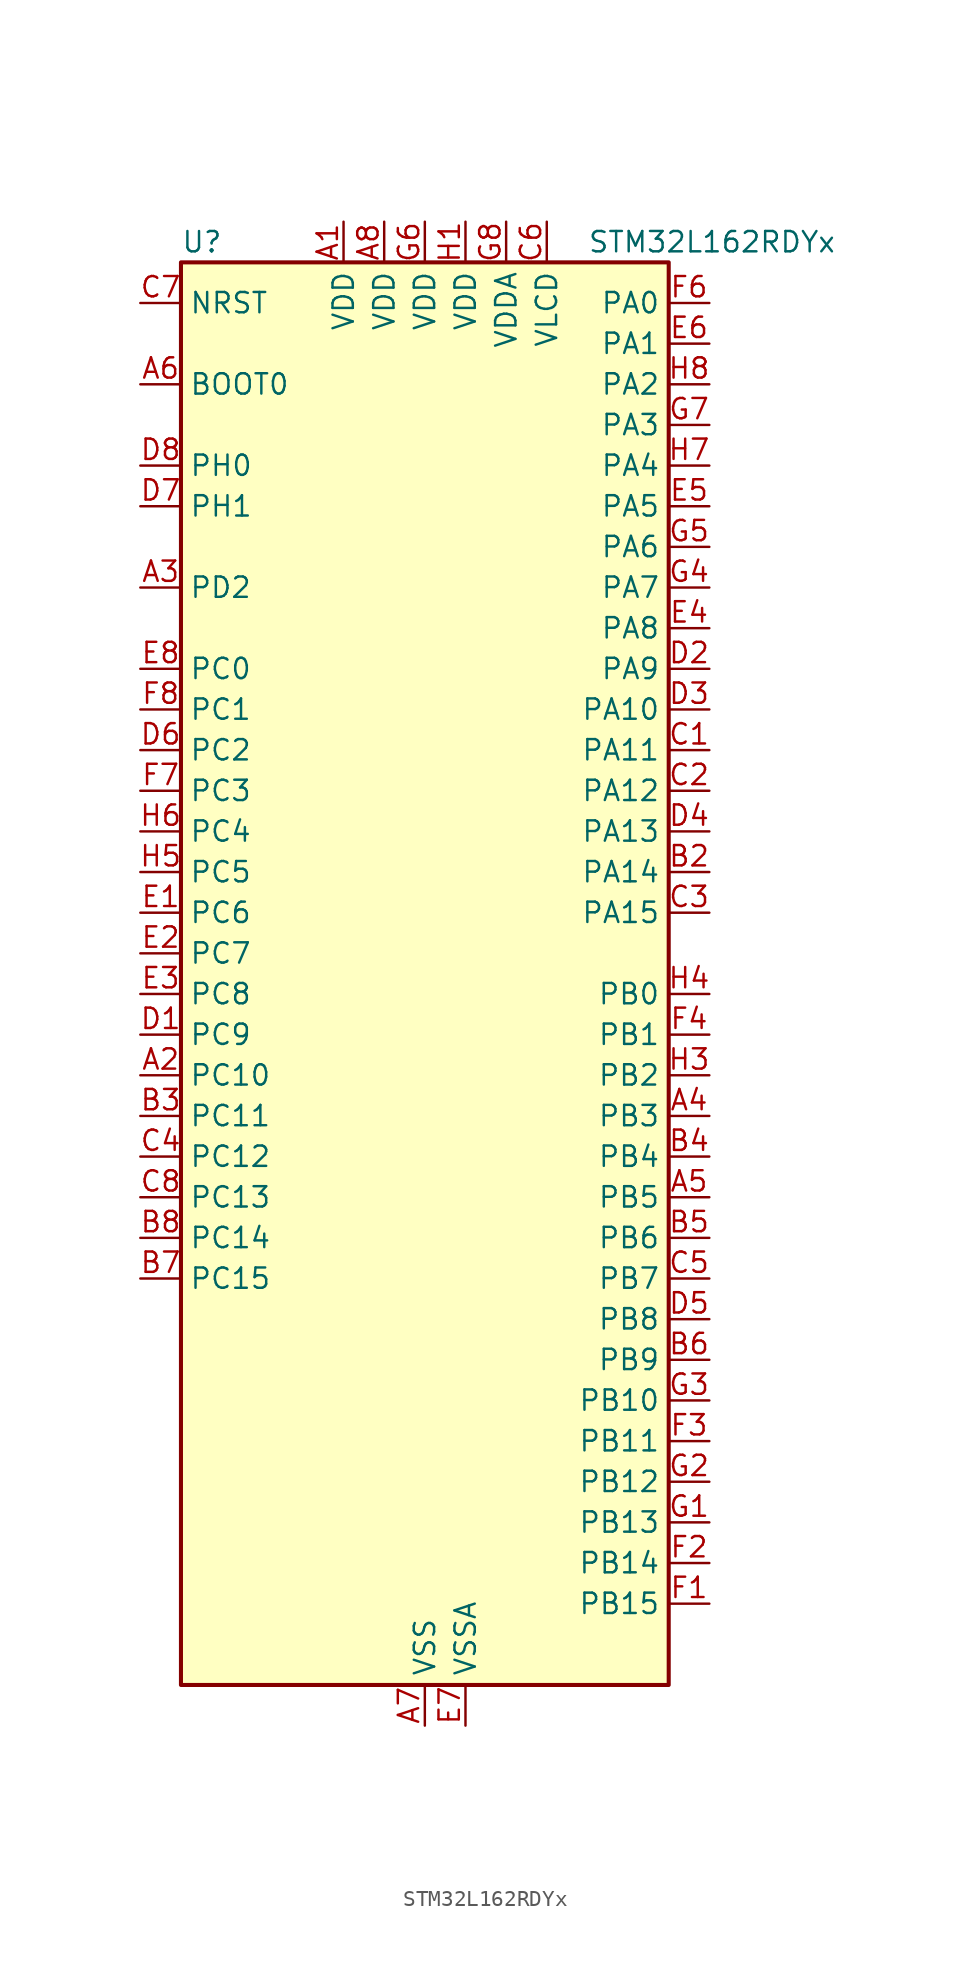
<source format=kicad_sym>
(kicad_symbol_lib
  (version 20220914)
  (generator kicad_symbol_editor)
  (symbol "STM32L162RDYx"
    (property "Reference" "U"
      (at -15.24 46.99 0)
      (effects (font (size 1.27 1.27)) (justify left)))
    (property "Value" "STM32L162RDYx"
      (at 10.16 46.99 0)
      (effects (font (size 1.27 1.27)) (justify left)))
    (property "ki_locked" ""
      (at 0 0 0)
      (effects (font (size 1.27 1.27))))
    (symbol "STM32L162RDYx_0_1"
      (rectangle (start -15.24 -43.18) (end 15.24 45.72) (stroke (width 0.254) (type default)) (fill (type background))))
    (symbol "STM32L162RDYx_1_1"
      (pin power_in line (at -5.08 48.26 270) (length 2.54) (name "VDD" (effects (font (size 1.27 1.27)))) (number "A1" (effects (font (size 1.27 1.27)))))
      (pin bidirectional line (at -17.78 -5.08 0) (length 2.54) (name "PC10" (effects (font (size 1.27 1.27)))) (number "A2" (effects (font (size 1.27 1.27)))) (alternate "I2S3_CK" bidirectional line) (alternate "LCD_COM4" bidirectional line) (alternate "LCD_SEG28" bidirectional line) (alternate "LCD_SEG40" bidirectional line) (alternate "SDIO_D2" bidirectional line) (alternate "SPI3_SCK" bidirectional line) (alternate "TIMX_IC3" bidirectional line) (alternate "UART4_TX" bidirectional line) (alternate "USART3_TX" bidirectional line))
      (pin bidirectional line (at -17.78 25.4 0) (length 2.54) (name "PD2" (effects (font (size 1.27 1.27)))) (number "A3" (effects (font (size 1.27 1.27)))) (alternate "LCD_COM7" bidirectional line) (alternate "LCD_SEG31" bidirectional line) (alternate "LCD_SEG43" bidirectional line) (alternate "SDIO_CMD" bidirectional line) (alternate "TIM3_ETR" bidirectional line) (alternate "TIMX_IC3" bidirectional line) (alternate "UART5_RX" bidirectional line))
      (pin bidirectional line (at 17.78 -7.62 180) (length 2.54) (name "PB3" (effects (font (size 1.27 1.27)))) (number "A4" (effects (font (size 1.27 1.27)))) (alternate "COMP2_INM" bidirectional line) (alternate "I2S3_CK" bidirectional line) (alternate "LCD_SEG7" bidirectional line) (alternate "SPI1_SCK" bidirectional line) (alternate "SPI3_SCK" bidirectional line) (alternate "SYS_JTDO-TRACESWO" bidirectional line) (alternate "TIM2_CH2" bidirectional line))
      (pin bidirectional line (at 17.78 -12.7 180) (length 2.54) (name "PB5" (effects (font (size 1.27 1.27)))) (number "A5" (effects (font (size 1.27 1.27)))) (alternate "COMP2_INP" bidirectional line) (alternate "I2C1_SMBA" bidirectional line) (alternate "I2S3_SD" bidirectional line) (alternate "LCD_SEG9" bidirectional line) (alternate "SPI1_MOSI" bidirectional line) (alternate "SPI3_MOSI" bidirectional line) (alternate "TIM3_CH2" bidirectional line) (alternate "TS_G6_IO2" bidirectional line))
      (pin input line (at -17.78 38.1 0) (length 2.54) (name "BOOT0" (effects (font (size 1.27 1.27)))) (number "A6" (effects (font (size 1.27 1.27)))))
      (pin power_in line (at 0 -45.72 90) (length 2.54) (name "VSS" (effects (font (size 1.27 1.27)))) (number "A7" (effects (font (size 1.27 1.27)))))
      (pin power_in line (at -2.54 48.26 270) (length 2.54) (name "VDD" (effects (font (size 1.27 1.27)))) (number "A8" (effects (font (size 1.27 1.27)))))
      (pin passive line (at 0 -45.72 90) (length 2.54) hide (name "VSS" (effects (font (size 1.27 1.27)))) (number "B1" (effects (font (size 1.27 1.27)))))
      (pin bidirectional line (at 17.78 7.62 180) (length 2.54) (name "PA14" (effects (font (size 1.27 1.27)))) (number "B2" (effects (font (size 1.27 1.27)))) (alternate "SYS_JTCK-SWCLK" bidirectional line) (alternate "TIMX_IC3" bidirectional line) (alternate "TS_G5_IO2" bidirectional line))
      (pin bidirectional line (at -17.78 -7.62 0) (length 2.54) (name "PC11" (effects (font (size 1.27 1.27)))) (number "B3" (effects (font (size 1.27 1.27)))) (alternate "ADC_EXTI11" bidirectional line) (alternate "LCD_COM5" bidirectional line) (alternate "LCD_SEG29" bidirectional line) (alternate "LCD_SEG41" bidirectional line) (alternate "SDIO_D3" bidirectional line) (alternate "SPI3_MISO" bidirectional line) (alternate "TIMX_IC4" bidirectional line) (alternate "UART4_RX" bidirectional line) (alternate "USART3_RX" bidirectional line))
      (pin bidirectional line (at 17.78 -10.16 180) (length 2.54) (name "PB4" (effects (font (size 1.27 1.27)))) (number "B4" (effects (font (size 1.27 1.27)))) (alternate "COMP2_INP" bidirectional line) (alternate "LCD_SEG8" bidirectional line) (alternate "SPI1_MISO" bidirectional line) (alternate "SPI3_MISO" bidirectional line) (alternate "SYS_JTRST" bidirectional line) (alternate "TIM3_CH1" bidirectional line) (alternate "TS_G6_IO1" bidirectional line))
      (pin bidirectional line (at 17.78 -15.24 180) (length 2.54) (name "PB6" (effects (font (size 1.27 1.27)))) (number "B5" (effects (font (size 1.27 1.27)))) (alternate "COMP2_INP" bidirectional line) (alternate "I2C1_SCL" bidirectional line) (alternate "TIM4_CH1" bidirectional line) (alternate "TS_G6_IO3" bidirectional line) (alternate "USART1_TX" bidirectional line))
      (pin bidirectional line (at 17.78 -22.86 180) (length 2.54) (name "PB9" (effects (font (size 1.27 1.27)))) (number "B6" (effects (font (size 1.27 1.27)))) (alternate "DAC_EXTI9" bidirectional line) (alternate "I2C1_SDA" bidirectional line) (alternate "LCD_COM3" bidirectional line) (alternate "SDIO_D5" bidirectional line) (alternate "TIM11_CH1" bidirectional line) (alternate "TIM4_CH4" bidirectional line))
      (pin bidirectional line (at -17.78 -17.78 0) (length 2.54) (name "PC15" (effects (font (size 1.27 1.27)))) (number "B7" (effects (font (size 1.27 1.27)))) (alternate "ADC_EXTI15" bidirectional line) (alternate "RCC_OSC32_OUT" bidirectional line) (alternate "TIMX_IC4" bidirectional line))
      (pin bidirectional line (at -17.78 -15.24 0) (length 2.54) (name "PC14" (effects (font (size 1.27 1.27)))) (number "B8" (effects (font (size 1.27 1.27)))) (alternate "RCC_OSC32_IN" bidirectional line) (alternate "TIMX_IC3" bidirectional line))
      (pin bidirectional line (at 17.78 15.24 180) (length 2.54) (name "PA11" (effects (font (size 1.27 1.27)))) (number "C1" (effects (font (size 1.27 1.27)))) (alternate "ADC_EXTI11" bidirectional line) (alternate "SPI1_MISO" bidirectional line) (alternate "TIMX_IC4" bidirectional line) (alternate "USART1_CTS" bidirectional line) (alternate "USB_DM" bidirectional line))
      (pin bidirectional line (at 17.78 12.7 180) (length 2.54) (name "PA12" (effects (font (size 1.27 1.27)))) (number "C2" (effects (font (size 1.27 1.27)))) (alternate "SPI1_MOSI" bidirectional line) (alternate "TIMX_IC1" bidirectional line) (alternate "USART1_RTS" bidirectional line) (alternate "USB_DP" bidirectional line))
      (pin bidirectional line (at 17.78 5.08 180) (length 2.54) (name "PA15" (effects (font (size 1.27 1.27)))) (number "C3" (effects (font (size 1.27 1.27)))) (alternate "ADC_EXTI15" bidirectional line) (alternate "I2S3_WS" bidirectional line) (alternate "LCD_SEG17" bidirectional line) (alternate "SPI1_NSS" bidirectional line) (alternate "SPI3_NSS" bidirectional line) (alternate "SYS_JTDI" bidirectional line) (alternate "TIM2_CH1" bidirectional line) (alternate "TIM2_ETR" bidirectional line) (alternate "TIMX_IC4" bidirectional line) (alternate "TS_G5_IO3" bidirectional line))
      (pin bidirectional line (at -17.78 -10.16 0) (length 2.54) (name "PC12" (effects (font (size 1.27 1.27)))) (number "C4" (effects (font (size 1.27 1.27)))) (alternate "I2S3_SD" bidirectional line) (alternate "LCD_COM6" bidirectional line) (alternate "LCD_SEG30" bidirectional line) (alternate "LCD_SEG42" bidirectional line) (alternate "SDIO_CK" bidirectional line) (alternate "SPI3_MOSI" bidirectional line) (alternate "TIMX_IC1" bidirectional line) (alternate "UART5_TX" bidirectional line) (alternate "USART3_CK" bidirectional line))
      (pin bidirectional line (at 17.78 -17.78 180) (length 2.54) (name "PB7" (effects (font (size 1.27 1.27)))) (number "C5" (effects (font (size 1.27 1.27)))) (alternate "COMP2_INP" bidirectional line) (alternate "I2C1_SDA" bidirectional line) (alternate "SYS_PVD_IN" bidirectional line) (alternate "TIM4_CH2" bidirectional line) (alternate "TS_G6_IO4" bidirectional line) (alternate "USART1_RX" bidirectional line))
      (pin power_in line (at 7.62 48.26 270) (length 2.54) (name "VLCD" (effects (font (size 1.27 1.27)))) (number "C6" (effects (font (size 1.27 1.27)))))
      (pin input line (at -17.78 43.18 0) (length 2.54) (name "NRST" (effects (font (size 1.27 1.27)))) (number "C7" (effects (font (size 1.27 1.27)))))
      (pin bidirectional line (at -17.78 -12.7 0) (length 2.54) (name "PC13" (effects (font (size 1.27 1.27)))) (number "C8" (effects (font (size 1.27 1.27)))) (alternate "RTC_OUT_ALARM" bidirectional line) (alternate "RTC_OUT_CALIB" bidirectional line) (alternate "RTC_TAMP1" bidirectional line) (alternate "RTC_TS" bidirectional line) (alternate "SYS_WKUP2" bidirectional line) (alternate "TIMX_IC2" bidirectional line))
      (pin bidirectional line (at -17.78 -2.54 0) (length 2.54) (name "PC9" (effects (font (size 1.27 1.27)))) (number "D1" (effects (font (size 1.27 1.27)))) (alternate "DAC_EXTI9" bidirectional line) (alternate "LCD_SEG27" bidirectional line) (alternate "SDIO_D1" bidirectional line) (alternate "TIM3_CH4" bidirectional line) (alternate "TIMX_IC2" bidirectional line) (alternate "TS_G10_IO4" bidirectional line))
      (pin bidirectional line (at 17.78 20.32 180) (length 2.54) (name "PA9" (effects (font (size 1.27 1.27)))) (number "D2" (effects (font (size 1.27 1.27)))) (alternate "DAC_EXTI9" bidirectional line) (alternate "LCD_COM1" bidirectional line) (alternate "TIMX_IC2" bidirectional line) (alternate "TS_G4_IO2" bidirectional line) (alternate "USART1_TX" bidirectional line))
      (pin bidirectional line (at 17.78 17.78 180) (length 2.54) (name "PA10" (effects (font (size 1.27 1.27)))) (number "D3" (effects (font (size 1.27 1.27)))) (alternate "LCD_COM2" bidirectional line) (alternate "TIMX_IC3" bidirectional line) (alternate "TS_G4_IO3" bidirectional line) (alternate "USART1_RX" bidirectional line))
      (pin bidirectional line (at 17.78 10.16 180) (length 2.54) (name "PA13" (effects (font (size 1.27 1.27)))) (number "D4" (effects (font (size 1.27 1.27)))) (alternate "SYS_JTMS-SWDIO" bidirectional line) (alternate "TIMX_IC2" bidirectional line) (alternate "TS_G5_IO1" bidirectional line))
      (pin bidirectional line (at 17.78 -20.32 180) (length 2.54) (name "PB8" (effects (font (size 1.27 1.27)))) (number "D5" (effects (font (size 1.27 1.27)))) (alternate "I2C1_SCL" bidirectional line) (alternate "LCD_SEG16" bidirectional line) (alternate "SDIO_D4" bidirectional line) (alternate "TIM10_CH1" bidirectional line) (alternate "TIM4_CH3" bidirectional line))
      (pin bidirectional line (at -17.78 15.24 0) (length 2.54) (name "PC2" (effects (font (size 1.27 1.27)))) (number "D6" (effects (font (size 1.27 1.27)))) (alternate "ADC_IN12" bidirectional line) (alternate "COMP1_INP" bidirectional line) (alternate "LCD_SEG20" bidirectional line) (alternate "OPAMP3_VINM" bidirectional line) (alternate "TIMX_IC3" bidirectional line) (alternate "TS_G8_IO3" bidirectional line))
      (pin bidirectional line (at -17.78 30.48 0) (length 2.54) (name "PH1" (effects (font (size 1.27 1.27)))) (number "D7" (effects (font (size 1.27 1.27)))) (alternate "RCC_OSC_OUT" bidirectional line))
      (pin bidirectional line (at -17.78 33.02 0) (length 2.54) (name "PH0" (effects (font (size 1.27 1.27)))) (number "D8" (effects (font (size 1.27 1.27)))) (alternate "RCC_OSC_IN" bidirectional line))
      (pin bidirectional line (at -17.78 5.08 0) (length 2.54) (name "PC6" (effects (font (size 1.27 1.27)))) (number "E1" (effects (font (size 1.27 1.27)))) (alternate "I2S2_MCK" bidirectional line) (alternate "LCD_SEG24" bidirectional line) (alternate "SDIO_D6" bidirectional line) (alternate "TIM3_CH1" bidirectional line) (alternate "TIMX_IC3" bidirectional line) (alternate "TS_G10_IO1" bidirectional line))
      (pin bidirectional line (at -17.78 2.54 0) (length 2.54) (name "PC7" (effects (font (size 1.27 1.27)))) (number "E2" (effects (font (size 1.27 1.27)))) (alternate "I2S3_MCK" bidirectional line) (alternate "LCD_SEG25" bidirectional line) (alternate "SDIO_D7" bidirectional line) (alternate "TIM3_CH2" bidirectional line) (alternate "TIMX_IC4" bidirectional line) (alternate "TS_G10_IO2" bidirectional line))
      (pin bidirectional line (at -17.78 0 0) (length 2.54) (name "PC8" (effects (font (size 1.27 1.27)))) (number "E3" (effects (font (size 1.27 1.27)))) (alternate "LCD_SEG26" bidirectional line) (alternate "SDIO_D0" bidirectional line) (alternate "TIM3_CH3" bidirectional line) (alternate "TIMX_IC1" bidirectional line) (alternate "TS_G10_IO3" bidirectional line))
      (pin bidirectional line (at 17.78 22.86 180) (length 2.54) (name "PA8" (effects (font (size 1.27 1.27)))) (number "E4" (effects (font (size 1.27 1.27)))) (alternate "LCD_COM0" bidirectional line) (alternate "RCC_MCO" bidirectional line) (alternate "TIMX_IC1" bidirectional line) (alternate "TS_G4_IO1" bidirectional line) (alternate "USART1_CK" bidirectional line))
      (pin bidirectional line (at 17.78 30.48 180) (length 2.54) (name "PA5" (effects (font (size 1.27 1.27)))) (number "E5" (effects (font (size 1.27 1.27)))) (alternate "ADC_IN5" bidirectional line) (alternate "COMP1_INP" bidirectional line) (alternate "DAC_OUT2" bidirectional line) (alternate "SPI1_SCK" bidirectional line) (alternate "TIM2_CH1" bidirectional line) (alternate "TIM2_ETR" bidirectional line) (alternate "TIMX_IC2" bidirectional line))
      (pin bidirectional line (at 17.78 40.64 180) (length 2.54) (name "PA1" (effects (font (size 1.27 1.27)))) (number "E6" (effects (font (size 1.27 1.27)))) (alternate "ADC_IN1" bidirectional line) (alternate "COMP1_INP" bidirectional line) (alternate "LCD_SEG0" bidirectional line) (alternate "OPAMP1_VINP" bidirectional line) (alternate "TIM2_CH2" bidirectional line) (alternate "TIM5_CH2" bidirectional line) (alternate "TIMX_IC2" bidirectional line) (alternate "TS_G1_IO2" bidirectional line) (alternate "USART2_RTS" bidirectional line))
      (pin power_in line (at 2.54 -45.72 90) (length 2.54) (name "VSSA" (effects (font (size 1.27 1.27)))) (number "E7" (effects (font (size 1.27 1.27)))))
      (pin bidirectional line (at -17.78 20.32 0) (length 2.54) (name "PC0" (effects (font (size 1.27 1.27)))) (number "E8" (effects (font (size 1.27 1.27)))) (alternate "ADC_IN10" bidirectional line) (alternate "COMP1_INP" bidirectional line) (alternate "LCD_SEG18" bidirectional line) (alternate "TIMX_IC1" bidirectional line) (alternate "TS_G8_IO1" bidirectional line))
      (pin bidirectional line (at 17.78 -38.1 180) (length 2.54) (name "PB15" (effects (font (size 1.27 1.27)))) (number "F1" (effects (font (size 1.27 1.27)))) (alternate "ADC_EXTI15" bidirectional line) (alternate "ADC_IN21" bidirectional line) (alternate "COMP1_INP" bidirectional line) (alternate "I2S2_SD" bidirectional line) (alternate "LCD_SEG15" bidirectional line) (alternate "RTC_REFIN" bidirectional line) (alternate "SPI2_MOSI" bidirectional line) (alternate "TIM11_CH1" bidirectional line) (alternate "TS_G7_IO4" bidirectional line))
      (pin bidirectional line (at 17.78 -35.56 180) (length 2.54) (name "PB14" (effects (font (size 1.27 1.27)))) (number "F2" (effects (font (size 1.27 1.27)))) (alternate "ADC_IN20" bidirectional line) (alternate "COMP1_INP" bidirectional line) (alternate "LCD_SEG14" bidirectional line) (alternate "SPI2_MISO" bidirectional line) (alternate "TIM9_CH2" bidirectional line) (alternate "TS_G7_IO3" bidirectional line) (alternate "USART3_RTS" bidirectional line))
      (pin bidirectional line (at 17.78 -27.94 180) (length 2.54) (name "PB11" (effects (font (size 1.27 1.27)))) (number "F3" (effects (font (size 1.27 1.27)))) (alternate "ADC_EXTI11" bidirectional line) (alternate "I2C2_SDA" bidirectional line) (alternate "LCD_SEG11" bidirectional line) (alternate "TIM2_CH4" bidirectional line) (alternate "USART3_RX" bidirectional line))
      (pin bidirectional line (at 17.78 -2.54 180) (length 2.54) (name "PB1" (effects (font (size 1.27 1.27)))) (number "F4" (effects (font (size 1.27 1.27)))) (alternate "ADC_IN9" bidirectional line) (alternate "COMP1_INP" bidirectional line) (alternate "LCD_SEG6" bidirectional line) (alternate "SYS_V_REF_OUT" bidirectional line) (alternate "TIM3_CH4" bidirectional line) (alternate "TS_G3_IO2" bidirectional line))
      (pin passive line (at 0 -45.72 90) (length 2.54) hide (name "VSS" (effects (font (size 1.27 1.27)))) (number "F5" (effects (font (size 1.27 1.27)))))
      (pin bidirectional line (at 17.78 43.18 180) (length 2.54) (name "PA0" (effects (font (size 1.27 1.27)))) (number "F6" (effects (font (size 1.27 1.27)))) (alternate "ADC_IN0" bidirectional line) (alternate "COMP1_INP" bidirectional line) (alternate "RTC_TAMP2" bidirectional line) (alternate "SYS_WKUP1" bidirectional line) (alternate "TIM2_CH1" bidirectional line) (alternate "TIM2_ETR" bidirectional line) (alternate "TIM5_CH1" bidirectional line) (alternate "TIMX_IC1" bidirectional line) (alternate "TS_G1_IO1" bidirectional line) (alternate "USART2_CTS" bidirectional line))
      (pin bidirectional line (at -17.78 12.7 0) (length 2.54) (name "PC3" (effects (font (size 1.27 1.27)))) (number "F7" (effects (font (size 1.27 1.27)))) (alternate "ADC_IN13" bidirectional line) (alternate "COMP1_INP" bidirectional line) (alternate "LCD_SEG21" bidirectional line) (alternate "OPAMP3_VOUT" bidirectional line) (alternate "TIMX_IC4" bidirectional line) (alternate "TS_G8_IO4" bidirectional line))
      (pin bidirectional line (at -17.78 17.78 0) (length 2.54) (name "PC1" (effects (font (size 1.27 1.27)))) (number "F8" (effects (font (size 1.27 1.27)))) (alternate "ADC_IN11" bidirectional line) (alternate "COMP1_INP" bidirectional line) (alternate "LCD_SEG19" bidirectional line) (alternate "OPAMP3_VINP" bidirectional line) (alternate "TIMX_IC2" bidirectional line) (alternate "TS_G8_IO2" bidirectional line))
      (pin bidirectional line (at 17.78 -33.02 180) (length 2.54) (name "PB13" (effects (font (size 1.27 1.27)))) (number "G1" (effects (font (size 1.27 1.27)))) (alternate "ADC_IN19" bidirectional line) (alternate "COMP1_INP" bidirectional line) (alternate "I2S2_CK" bidirectional line) (alternate "LCD_SEG13" bidirectional line) (alternate "SPI2_SCK" bidirectional line) (alternate "TIM9_CH1" bidirectional line) (alternate "TS_G7_IO2" bidirectional line) (alternate "USART3_CTS" bidirectional line))
      (pin bidirectional line (at 17.78 -30.48 180) (length 2.54) (name "PB12" (effects (font (size 1.27 1.27)))) (number "G2" (effects (font (size 1.27 1.27)))) (alternate "ADC_IN18" bidirectional line) (alternate "COMP1_INP" bidirectional line) (alternate "I2C2_SMBA" bidirectional line) (alternate "I2S2_WS" bidirectional line) (alternate "LCD_SEG12" bidirectional line) (alternate "SPI2_NSS" bidirectional line) (alternate "TIM10_CH1" bidirectional line) (alternate "TS_G7_IO1" bidirectional line) (alternate "USART3_CK" bidirectional line))
      (pin bidirectional line (at 17.78 -25.4 180) (length 2.54) (name "PB10" (effects (font (size 1.27 1.27)))) (number "G3" (effects (font (size 1.27 1.27)))) (alternate "I2C2_SCL" bidirectional line) (alternate "LCD_SEG10" bidirectional line) (alternate "TIM2_CH3" bidirectional line) (alternate "USART3_TX" bidirectional line))
      (pin bidirectional line (at 17.78 25.4 180) (length 2.54) (name "PA7" (effects (font (size 1.27 1.27)))) (number "G4" (effects (font (size 1.27 1.27)))) (alternate "ADC_IN7" bidirectional line) (alternate "COMP1_INP" bidirectional line) (alternate "LCD_SEG4" bidirectional line) (alternate "OPAMP2_VINM" bidirectional line) (alternate "SPI1_MOSI" bidirectional line) (alternate "TIM11_CH1" bidirectional line) (alternate "TIM3_CH2" bidirectional line) (alternate "TIMX_IC4" bidirectional line) (alternate "TS_G2_IO2" bidirectional line))
      (pin bidirectional line (at 17.78 27.94 180) (length 2.54) (name "PA6" (effects (font (size 1.27 1.27)))) (number "G5" (effects (font (size 1.27 1.27)))) (alternate "ADC_IN6" bidirectional line) (alternate "COMP1_INP" bidirectional line) (alternate "LCD_SEG3" bidirectional line) (alternate "OPAMP2_VINP" bidirectional line) (alternate "SPI1_MISO" bidirectional line) (alternate "TIM10_CH1" bidirectional line) (alternate "TIM3_CH1" bidirectional line) (alternate "TIMX_IC3" bidirectional line) (alternate "TS_G2_IO1" bidirectional line))
      (pin power_in line (at 0 48.26 270) (length 2.54) (name "VDD" (effects (font (size 1.27 1.27)))) (number "G6" (effects (font (size 1.27 1.27)))))
      (pin bidirectional line (at 17.78 35.56 180) (length 2.54) (name "PA3" (effects (font (size 1.27 1.27)))) (number "G7" (effects (font (size 1.27 1.27)))) (alternate "ADC_IN3" bidirectional line) (alternate "COMP1_INP" bidirectional line) (alternate "LCD_SEG2" bidirectional line) (alternate "OPAMP1_VOUT" bidirectional line) (alternate "TIM2_CH4" bidirectional line) (alternate "TIM5_CH4" bidirectional line) (alternate "TIM9_CH2" bidirectional line) (alternate "TIMX_IC4" bidirectional line) (alternate "TS_G1_IO4" bidirectional line) (alternate "USART2_RX" bidirectional line))
      (pin power_in line (at 5.08 48.26 270) (length 2.54) (name "VDDA" (effects (font (size 1.27 1.27)))) (number "G8" (effects (font (size 1.27 1.27)))))
      (pin power_in line (at 2.54 48.26 270) (length 2.54) (name "VDD" (effects (font (size 1.27 1.27)))) (number "H1" (effects (font (size 1.27 1.27)))))
      (pin passive line (at 0 -45.72 90) (length 2.54) hide (name "VSS" (effects (font (size 1.27 1.27)))) (number "H2" (effects (font (size 1.27 1.27)))))
      (pin bidirectional line (at 17.78 -5.08 180) (length 2.54) (name "PB2" (effects (font (size 1.27 1.27)))) (number "H3" (effects (font (size 1.27 1.27)))) (alternate "TS_G3_IO3" bidirectional line))
      (pin bidirectional line (at 17.78 0 180) (length 2.54) (name "PB0" (effects (font (size 1.27 1.27)))) (number "H4" (effects (font (size 1.27 1.27)))) (alternate "ADC_IN8" bidirectional line) (alternate "COMP1_INP" bidirectional line) (alternate "LCD_SEG5" bidirectional line) (alternate "OPAMP2_VOUT" bidirectional line) (alternate "SYS_V_REF_OUT" bidirectional line) (alternate "TIM3_CH3" bidirectional line) (alternate "TS_G3_IO1" bidirectional line))
      (pin bidirectional line (at -17.78 7.62 0) (length 2.54) (name "PC5" (effects (font (size 1.27 1.27)))) (number "H5" (effects (font (size 1.27 1.27)))) (alternate "ADC_IN15" bidirectional line) (alternate "COMP1_INP" bidirectional line) (alternate "LCD_SEG23" bidirectional line) (alternate "TIMX_IC2" bidirectional line) (alternate "TS_G9_IO2" bidirectional line))
      (pin bidirectional line (at -17.78 10.16 0) (length 2.54) (name "PC4" (effects (font (size 1.27 1.27)))) (number "H6" (effects (font (size 1.27 1.27)))) (alternate "ADC_IN14" bidirectional line) (alternate "COMP1_INP" bidirectional line) (alternate "LCD_SEG22" bidirectional line) (alternate "TIMX_IC1" bidirectional line) (alternate "TS_G9_IO1" bidirectional line))
      (pin bidirectional line (at 17.78 33.02 180) (length 2.54) (name "PA4" (effects (font (size 1.27 1.27)))) (number "H7" (effects (font (size 1.27 1.27)))) (alternate "ADC_IN4" bidirectional line) (alternate "COMP1_INP" bidirectional line) (alternate "DAC_OUT1" bidirectional line) (alternate "I2S3_WS" bidirectional line) (alternate "SPI1_NSS" bidirectional line) (alternate "SPI3_NSS" bidirectional line) (alternate "TIMX_IC1" bidirectional line) (alternate "USART2_CK" bidirectional line))
      (pin bidirectional line (at 17.78 38.1 180) (length 2.54) (name "PA2" (effects (font (size 1.27 1.27)))) (number "H8" (effects (font (size 1.27 1.27)))) (alternate "ADC_IN2" bidirectional line) (alternate "COMP1_INP" bidirectional line) (alternate "LCD_SEG1" bidirectional line) (alternate "OPAMP1_VINM" bidirectional line) (alternate "TIM2_CH3" bidirectional line) (alternate "TIM5_CH3" bidirectional line) (alternate "TIM9_CH1" bidirectional line) (alternate "TIMX_IC3" bidirectional line) (alternate "TS_G1_IO3" bidirectional line) (alternate "USART2_TX" bidirectional line)))))
</source>
